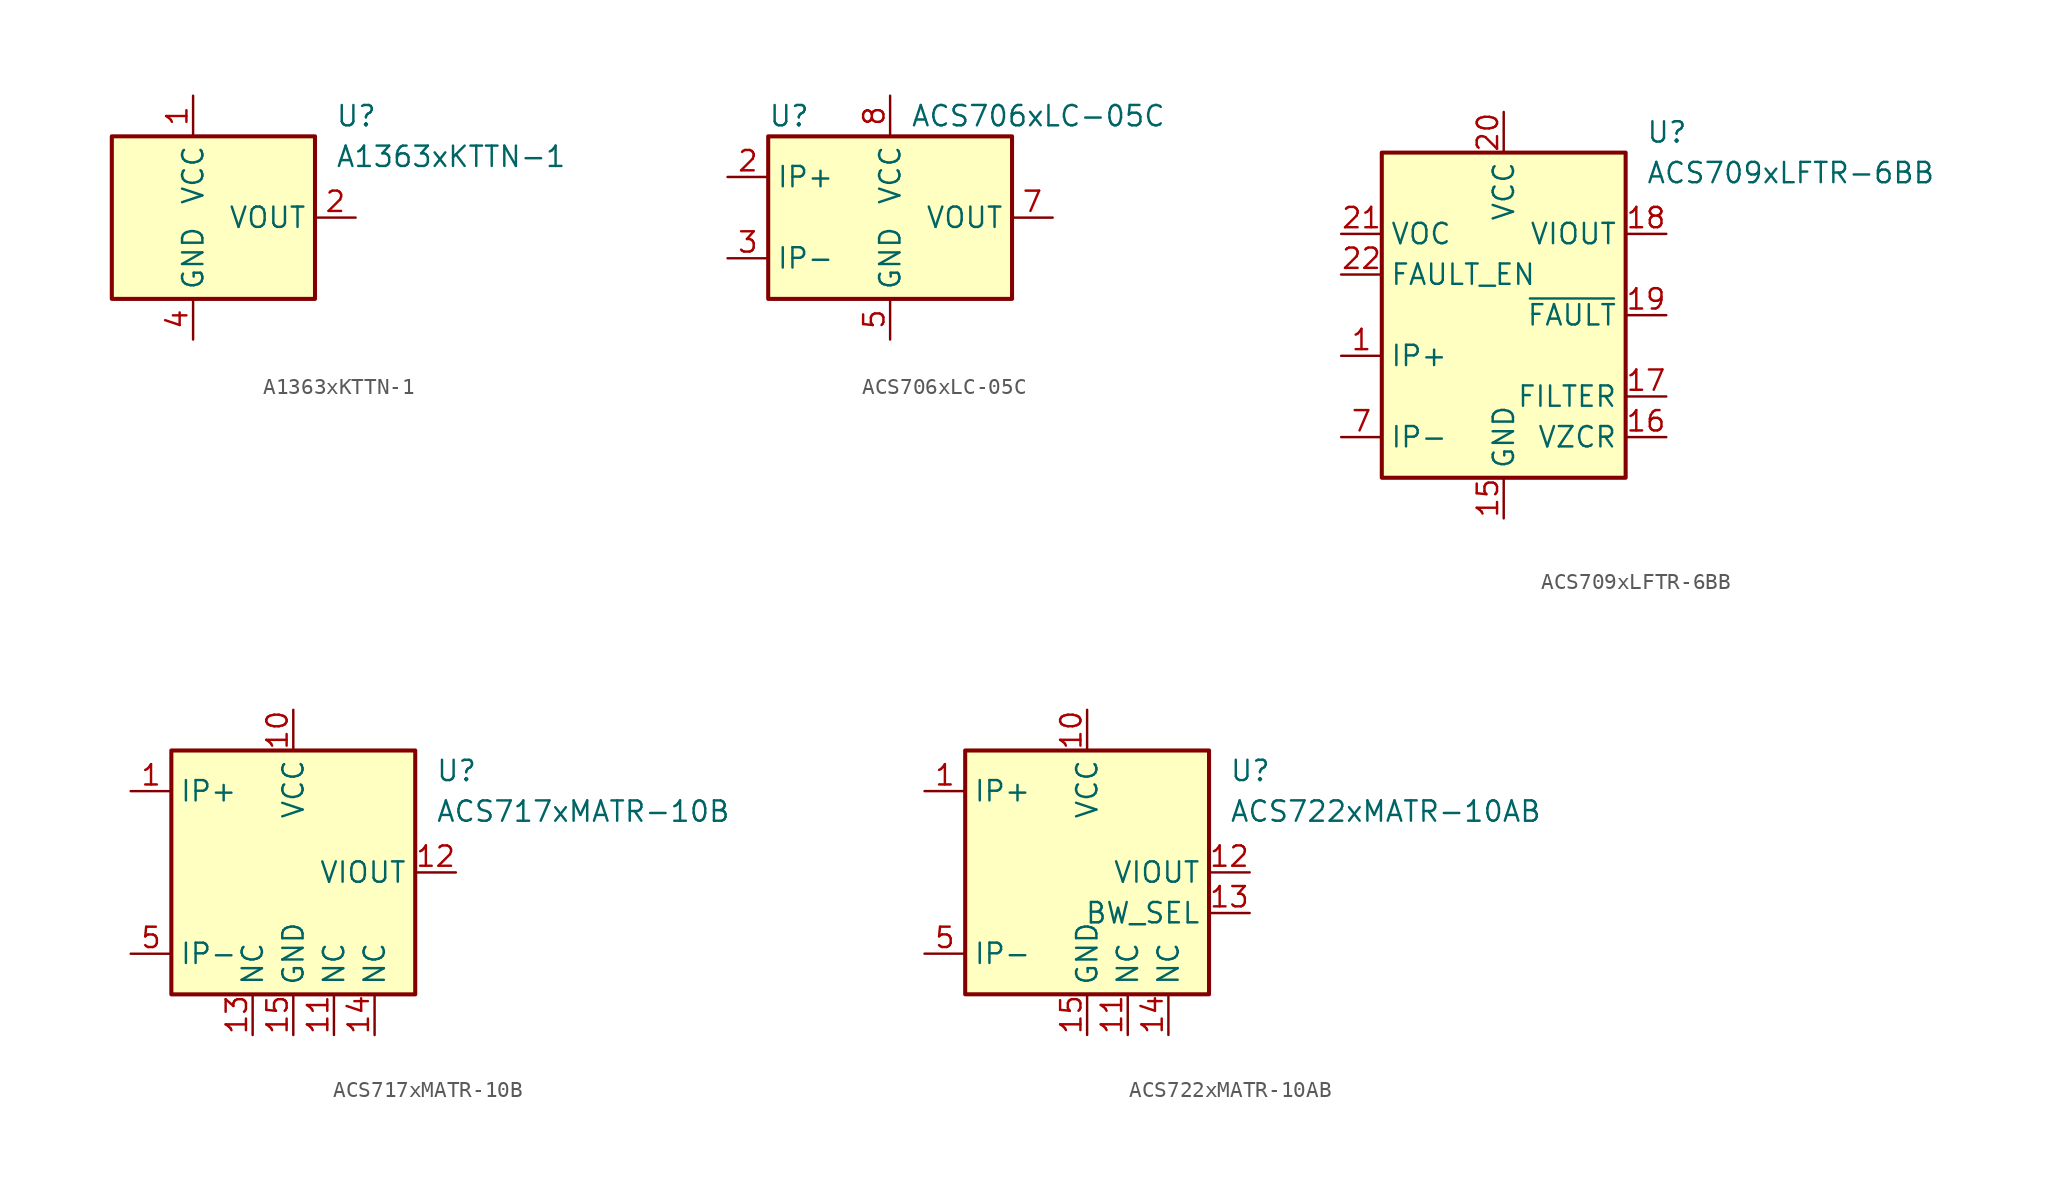
<source format=kicad_sym>
(kicad_symbol_lib
  (version 20200908)
  (generator kicad_symbol_editor)
  (symbol "Sensor_Current:A1363xKTTN-1"
    (property "Reference" "U"
      (at 8.89 6.35 0)
      (effects (font (size 1.27 1.27)) (justify left)))
    (property "Value" "A1363xKTTN-1"
      (at 8.89 3.81 0)
      (effects (font (size 1.27 1.27)) (justify left)))
    (symbol "A1363xKTTN-1_0_1"
      (rectangle (start -5.08 5.08) (end 7.62 -5.08) (stroke (width 0.254)) (fill (type background))))
    (symbol "A1363xKTTN-1_1_1"
      (pin power_in line (at 0 7.62 270) (length 2.54) (name "VCC" (effects (font (size 1.27 1.27)))) (number "1" (effects (font (size 1.27 1.27)))))
      (pin output line (at 10.16 0 180) (length 2.54) (name "VOUT" (effects (font (size 1.27 1.27)))) (number "2" (effects (font (size 1.27 1.27)))))
      (pin unconnected line (at 7.62 -2.54 180) (length 2.54) hide (name "NC" (effects (font (size 1.27 1.27)))) (number "3" (effects (font (size 1.27 1.27)))))
      (pin power_in line (at 0 -7.62 90) (length 2.54) (name "GND" (effects (font (size 1.27 1.27)))) (number "4" (effects (font (size 1.27 1.27)))))))
  (symbol "Sensor_Current:ACS706xLC-05C"
    (property "Reference" "U"
      (at -7.62 6.35 0)
      (effects (font (size 1.27 1.27)) (justify left)))
    (property "Value" "ACS706xLC-05C"
      (at 1.27 6.35 0)
      (effects (font (size 1.27 1.27)) (justify left)))
    (symbol "ACS706xLC-05C_0_1"
      (rectangle (start -7.62 5.08) (end 7.62 -5.08) (stroke (width 0.254)) (fill (type background))))
    (symbol "ACS706xLC-05C_1_1"
      (pin passive line (at -10.16 2.54 0) (length 2.54) hide (name "IP+" (effects (font (size 1.27 1.27)))) (number "1" (effects (font (size 1.27 1.27)))))
      (pin passive line (at -10.16 2.54 0) (length 2.54) (name "IP+" (effects (font (size 1.27 1.27)))) (number "2" (effects (font (size 1.27 1.27)))))
      (pin passive line (at -10.16 -2.54 0) (length 2.54) (name "IP-" (effects (font (size 1.27 1.27)))) (number "3" (effects (font (size 1.27 1.27)))))
      (pin passive line (at -10.16 -2.54 0) (length 2.54) hide (name "IP-" (effects (font (size 1.27 1.27)))) (number "4" (effects (font (size 1.27 1.27)))))
      (pin power_in line (at 0 -7.62 90) (length 2.54) (name "GND" (effects (font (size 1.27 1.27)))) (number "5" (effects (font (size 1.27 1.27)))))
      (pin unconnected line (at 7.62 -2.54 180) (length 2.54) hide (name "NC" (effects (font (size 1.27 1.27)))) (number "6" (effects (font (size 1.27 1.27)))))
      (pin output line (at 10.16 0 180) (length 2.54) (name "VOUT" (effects (font (size 1.27 1.27)))) (number "7" (effects (font (size 1.27 1.27)))))
      (pin power_in line (at 0 7.62 270) (length 2.54) (name "VCC" (effects (font (size 1.27 1.27)))) (number "8" (effects (font (size 1.27 1.27)))))))
  (symbol "Sensor_Current:ACS709xLFTR-6BB"
    (property "Reference" "U"
      (at 8.89 11.43 0)
      (effects (font (size 1.27 1.27)) (justify left)))
    (property "Value" "ACS709xLFTR-6BB"
      (at 8.89 8.89 0)
      (effects (font (size 1.27 1.27)) (justify left)))
    (symbol "ACS709xLFTR-6BB_0_1"
      (rectangle (start -7.62 10.16) (end 7.62 -10.16) (stroke (width 0.254)) (fill (type background))))
    (symbol "ACS709xLFTR-6BB_1_1"
      (pin passive line (at -10.16 -2.54 0) (length 2.54) (name "IP+" (effects (font (size 1.27 1.27)))) (number "1" (effects (font (size 1.27 1.27)))))
      (pin passive line (at -10.16 -7.62 0) (length 2.54) hide (name "IP-" (effects (font (size 1.27 1.27)))) (number "10" (effects (font (size 1.27 1.27)))))
      (pin passive line (at -10.16 -7.62 0) (length 2.54) hide (name "IP-" (effects (font (size 1.27 1.27)))) (number "11" (effects (font (size 1.27 1.27)))))
      (pin passive line (at -10.16 -7.62 0) (length 2.54) hide (name "IP-" (effects (font (size 1.27 1.27)))) (number "12" (effects (font (size 1.27 1.27)))))
      (pin unconnected line (at -7.62 10.16 0) (length 2.54) hide (name "NC" (effects (font (size 1.27 1.27)))) (number "13" (effects (font (size 1.27 1.27)))))
      (pin unconnected line (at -7.62 7.62 0) (length 2.54) hide (name "NC" (effects (font (size 1.27 1.27)))) (number "14" (effects (font (size 1.27 1.27)))))
      (pin power_in line (at 0 -12.7 90) (length 2.54) (name "GND" (effects (font (size 1.27 1.27)))) (number "15" (effects (font (size 1.27 1.27)))))
      (pin passive line (at 10.16 -7.62 180) (length 2.54) (name "VZCR" (effects (font (size 1.27 1.27)))) (number "16" (effects (font (size 1.27 1.27)))))
      (pin passive line (at 10.16 -5.08 180) (length 2.54) (name "FILTER" (effects (font (size 1.27 1.27)))) (number "17" (effects (font (size 1.27 1.27)))))
      (pin output line (at 10.16 5.08 180) (length 2.54) (name "VIOUT" (effects (font (size 1.27 1.27)))) (number "18" (effects (font (size 1.27 1.27)))))
      (pin output line (at 10.16 0 180) (length 2.54) (name "~FAULT" (effects (font (size 1.27 1.27)))) (number "19" (effects (font (size 1.27 1.27)))))
      (pin passive line (at -10.16 -2.54 0) (length 2.54) hide (name "IP+" (effects (font (size 1.27 1.27)))) (number "2" (effects (font (size 1.27 1.27)))))
      (pin power_in line (at 0 12.7 270) (length 2.54) (name "VCC" (effects (font (size 1.27 1.27)))) (number "20" (effects (font (size 1.27 1.27)))))
      (pin input line (at -10.16 5.08 0) (length 2.54) (name "VOC" (effects (font (size 1.27 1.27)))) (number "21" (effects (font (size 1.27 1.27)))))
      (pin input line (at -10.16 2.54 0) (length 2.54) (name "FAULT_EN" (effects (font (size 1.27 1.27)))) (number "22" (effects (font (size 1.27 1.27)))))
      (pin unconnected line (at -7.62 0 0) (length 2.54) hide (name "NC" (effects (font (size 1.27 1.27)))) (number "23" (effects (font (size 1.27 1.27)))))
      (pin unconnected line (at -7.62 -5.08 0) (length 2.54) hide (name "NC" (effects (font (size 1.27 1.27)))) (number "24" (effects (font (size 1.27 1.27)))))
      (pin passive line (at -10.16 -2.54 0) (length 2.54) hide (name "IP+" (effects (font (size 1.27 1.27)))) (number "3" (effects (font (size 1.27 1.27)))))
      (pin passive line (at -10.16 -2.54 0) (length 2.54) hide (name "IP+" (effects (font (size 1.27 1.27)))) (number "4" (effects (font (size 1.27 1.27)))))
      (pin passive line (at -10.16 -2.54 0) (length 2.54) hide (name "IP+" (effects (font (size 1.27 1.27)))) (number "5" (effects (font (size 1.27 1.27)))))
      (pin passive line (at -10.16 -2.54 0) (length 2.54) hide (name "IP+" (effects (font (size 1.27 1.27)))) (number "6" (effects (font (size 1.27 1.27)))))
      (pin passive line (at -10.16 -7.62 0) (length 2.54) (name "IP-" (effects (font (size 1.27 1.27)))) (number "7" (effects (font (size 1.27 1.27)))))
      (pin passive line (at -10.16 -7.62 0) (length 2.54) hide (name "IP-" (effects (font (size 1.27 1.27)))) (number "8" (effects (font (size 1.27 1.27)))))
      (pin passive line (at -10.16 -7.62 0) (length 2.54) hide (name "IP-" (effects (font (size 1.27 1.27)))) (number "9" (effects (font (size 1.27 1.27)))))))
  (symbol "Sensor_Current:ACS717xMATR-10B"
    (property "Reference" "U"
      (at 8.89 6.35 0)
      (effects (font (size 1.27 1.27)) (justify left)))
    (property "Value" "ACS717xMATR-10B"
      (at 8.89 3.81 0)
      (effects (font (size 1.27 1.27)) (justify left)))
    (symbol "ACS717xMATR-10B_0_1"
      (rectangle (start -7.62 7.62) (end 7.62 -7.62) (stroke (width 0.254)) (fill (type background))))
    (symbol "ACS717xMATR-10B_1_1"
      (pin passive line (at -10.16 5.08 0) (length 2.54) (name "IP+" (effects (font (size 1.27 1.27)))) (number "1" (effects (font (size 1.27 1.27)))))
      (pin power_in line (at 0 10.16 270) (length 2.54) (name "VCC" (effects (font (size 1.27 1.27)))) (number "10" (effects (font (size 1.27 1.27)))))
      (pin passive line (at 2.54 -10.16 90) (length 2.54) (name "NC" (effects (font (size 1.27 1.27)))) (number "11" (effects (font (size 1.27 1.27)))))
      (pin output line (at 10.16 0 180) (length 2.54) (name "VIOUT" (effects (font (size 1.27 1.27)))) (number "12" (effects (font (size 1.27 1.27)))))
      (pin passive line (at -2.54 -10.16 90) (length 2.54) (name "NC" (effects (font (size 1.27 1.27)))) (number "13" (effects (font (size 1.27 1.27)))))
      (pin passive line (at 5.08 -10.16 90) (length 2.54) (name "NC" (effects (font (size 1.27 1.27)))) (number "14" (effects (font (size 1.27 1.27)))))
      (pin power_in line (at 0 -10.16 90) (length 2.54) (name "GND" (effects (font (size 1.27 1.27)))) (number "15" (effects (font (size 1.27 1.27)))))
      (pin unconnected line (at 7.62 2.54 180) (length 2.54) hide (name "NC" (effects (font (size 1.27 1.27)))) (number "16" (effects (font (size 1.27 1.27)))))
      (pin passive line (at -10.16 5.08 0) (length 2.54) hide (name "IP+" (effects (font (size 1.27 1.27)))) (number "2" (effects (font (size 1.27 1.27)))))
      (pin passive line (at -10.16 5.08 0) (length 2.54) hide (name "IP+" (effects (font (size 1.27 1.27)))) (number "3" (effects (font (size 1.27 1.27)))))
      (pin passive line (at -10.16 5.08 0) (length 2.54) hide (name "IP+" (effects (font (size 1.27 1.27)))) (number "4" (effects (font (size 1.27 1.27)))))
      (pin passive line (at -10.16 -5.08 0) (length 2.54) (name "IP-" (effects (font (size 1.27 1.27)))) (number "5" (effects (font (size 1.27 1.27)))))
      (pin passive line (at -10.16 -5.08 0) (length 2.54) hide (name "IP-" (effects (font (size 1.27 1.27)))) (number "6" (effects (font (size 1.27 1.27)))))
      (pin passive line (at -10.16 -5.08 0) (length 2.54) hide (name "IP-" (effects (font (size 1.27 1.27)))) (number "7" (effects (font (size 1.27 1.27)))))
      (pin passive line (at -10.16 -5.08 0) (length 2.54) hide (name "IP-" (effects (font (size 1.27 1.27)))) (number "8" (effects (font (size 1.27 1.27)))))
      (pin unconnected line (at 7.62 5.08 180) (length 2.54) hide (name "NC" (effects (font (size 1.27 1.27)))) (number "9" (effects (font (size 1.27 1.27)))))))
  (symbol "Sensor_Current:ACS722xMATR-10AB"
    (property "Reference" "U"
      (at 8.89 6.35 0)
      (effects (font (size 1.27 1.27)) (justify left)))
    (property "Value" "ACS722xMATR-10AB"
      (at 8.89 3.81 0)
      (effects (font (size 1.27 1.27)) (justify left)))
    (symbol "ACS722xMATR-10AB_0_1"
      (rectangle (start -7.62 7.62) (end 7.62 -7.62) (stroke (width 0.254)) (fill (type background))))
    (symbol "ACS722xMATR-10AB_1_1"
      (pin passive line (at -10.16 5.08 0) (length 2.54) (name "IP+" (effects (font (size 1.27 1.27)))) (number "1" (effects (font (size 1.27 1.27)))))
      (pin power_in line (at 0 10.16 270) (length 2.54) (name "VCC" (effects (font (size 1.27 1.27)))) (number "10" (effects (font (size 1.27 1.27)))))
      (pin passive line (at 2.54 -10.16 90) (length 2.54) (name "NC" (effects (font (size 1.27 1.27)))) (number "11" (effects (font (size 1.27 1.27)))))
      (pin output line (at 10.16 0 180) (length 2.54) (name "VIOUT" (effects (font (size 1.27 1.27)))) (number "12" (effects (font (size 1.27 1.27)))))
      (pin input line (at 10.16 -2.54 180) (length 2.54) (name "BW_SEL" (effects (font (size 1.27 1.27)))) (number "13" (effects (font (size 1.27 1.27)))))
      (pin passive line (at 5.08 -10.16 90) (length 2.54) (name "NC" (effects (font (size 1.27 1.27)))) (number "14" (effects (font (size 1.27 1.27)))))
      (pin power_in line (at 0 -10.16 90) (length 2.54) (name "GND" (effects (font (size 1.27 1.27)))) (number "15" (effects (font (size 1.27 1.27)))))
      (pin unconnected line (at 7.62 2.54 180) (length 2.54) hide (name "NC" (effects (font (size 1.27 1.27)))) (number "16" (effects (font (size 1.27 1.27)))))
      (pin passive line (at -10.16 5.08 0) (length 2.54) hide (name "IP+" (effects (font (size 1.27 1.27)))) (number "2" (effects (font (size 1.27 1.27)))))
      (pin passive line (at -10.16 5.08 0) (length 2.54) hide (name "IP+" (effects (font (size 1.27 1.27)))) (number "3" (effects (font (size 1.27 1.27)))))
      (pin passive line (at -10.16 5.08 0) (length 2.54) hide (name "IP+" (effects (font (size 1.27 1.27)))) (number "4" (effects (font (size 1.27 1.27)))))
      (pin passive line (at -10.16 -5.08 0) (length 2.54) (name "IP-" (effects (font (size 1.27 1.27)))) (number "5" (effects (font (size 1.27 1.27)))))
      (pin passive line (at -10.16 -5.08 0) (length 2.54) hide (name "IP-" (effects (font (size 1.27 1.27)))) (number "6" (effects (font (size 1.27 1.27)))))
      (pin passive line (at -10.16 -5.08 0) (length 2.54) hide (name "IP-" (effects (font (size 1.27 1.27)))) (number "7" (effects (font (size 1.27 1.27)))))
      (pin passive line (at -10.16 -5.08 0) (length 2.54) hide (name "IP-" (effects (font (size 1.27 1.27)))) (number "8" (effects (font (size 1.27 1.27)))))
      (pin unconnected line (at 7.62 5.08 180) (length 2.54) hide (name "NC" (effects (font (size 1.27 1.27)))) (number "9" (effects (font (size 1.27 1.27))))))))
</source>
